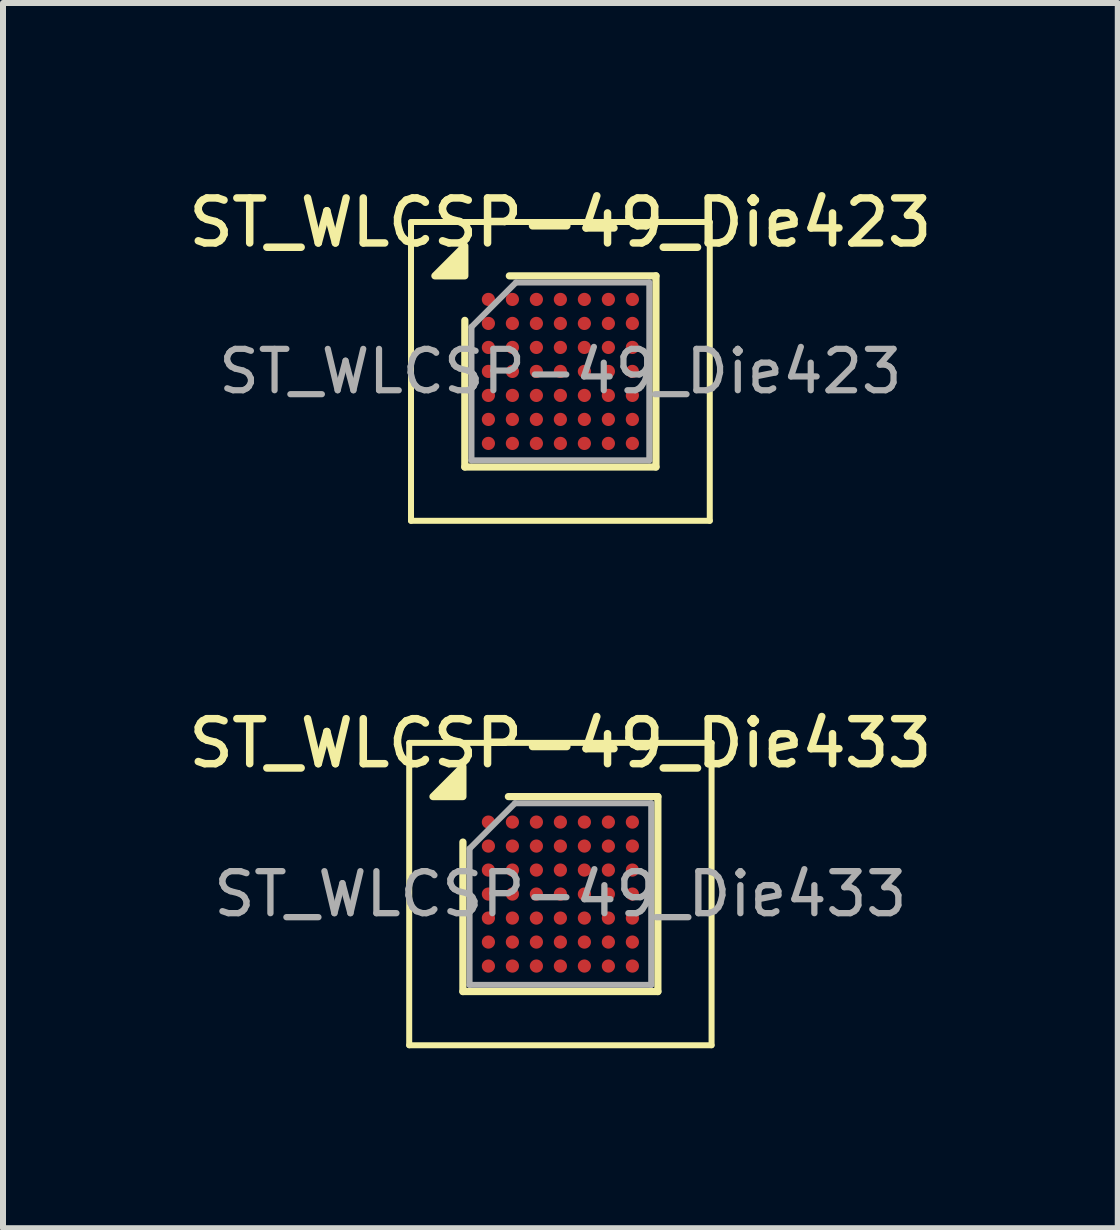
<source format=kicad_pcb>
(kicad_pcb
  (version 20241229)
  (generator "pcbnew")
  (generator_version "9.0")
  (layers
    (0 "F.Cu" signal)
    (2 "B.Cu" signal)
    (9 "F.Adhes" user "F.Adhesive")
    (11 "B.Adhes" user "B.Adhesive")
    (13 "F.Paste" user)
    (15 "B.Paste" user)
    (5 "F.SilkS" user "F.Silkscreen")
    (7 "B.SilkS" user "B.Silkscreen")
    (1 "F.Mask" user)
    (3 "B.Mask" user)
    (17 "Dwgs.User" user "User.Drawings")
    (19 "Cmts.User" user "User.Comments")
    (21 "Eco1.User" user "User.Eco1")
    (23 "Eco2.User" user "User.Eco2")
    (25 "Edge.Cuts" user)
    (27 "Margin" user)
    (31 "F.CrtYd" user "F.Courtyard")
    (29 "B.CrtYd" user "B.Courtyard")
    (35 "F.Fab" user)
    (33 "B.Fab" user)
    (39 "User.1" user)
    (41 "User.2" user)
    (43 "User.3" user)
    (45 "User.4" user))
  (footprint "ST_WLCSP-49_Die423"
    (layer "F.Cu")
    (at 6.291 3.141)
    (property "Reference" "ST_WLCSP-49_Die423" (at 0 -2.482 0) (layer "F.SilkS") (effects (font (size 0.75 0.75) (thickness 0.125))))
    (attr smd)
    (fp_line (start -2.49 -2.49) (end -2.49 2.49) (stroke (width 0.1) (type solid)) (layer "F.SilkS"))
    (fp_line (start -2.49 2.49) (end 2.49 2.49) (stroke (width 0.1) (type solid)) (layer "F.SilkS"))
    (fp_line (start -1.593 1.593) (end -1.593 -0.851) (stroke (width 0.12) (type solid)) (layer "F.SilkS"))
    (fp_line (start -0.851 -1.593) (end 1.593 -1.593) (stroke (width 0.12) (type solid)) (layer "F.SilkS"))
    (fp_line (start 1.593 -1.593) (end 1.593 1.593) (stroke (width 0.12) (type solid)) (layer "F.SilkS"))
    (fp_line (start 1.593 1.593) (end -1.593 1.593) (stroke (width 0.12) (type solid)) (layer "F.SilkS"))
    (fp_line (start 2.49 -2.49) (end -2.49 -2.49) (stroke (width 0.1) (type solid)) (layer "F.SilkS"))
    (fp_line (start 2.49 2.49) (end 2.49 -2.49) (stroke (width 0.1) (type solid)) (layer "F.SilkS"))
    (fp_poly (pts (xy -1.593 -1.593) (xy -2.092 -1.593) (xy -1.593 -2.092) (xy -1.593 -1.593)) (stroke (width 0.12) (type solid)) (fill yes) (layer "F.SilkS"))
    (fp_line (start -1.482 -0.741) (end -0.741 -1.482) (stroke (width 0.1) (type solid)) (layer "F.Fab"))
    (fp_line (start -1.482 1.482) (end -1.482 -0.741) (stroke (width 0.1) (type solid)) (layer "F.Fab"))
    (fp_line (start -0.741 -1.482) (end 1.482 -1.482) (stroke (width 0.1) (type solid)) (layer "F.Fab"))
    (fp_line (start 1.482 -1.482) (end 1.482 1.482) (stroke (width 0.1) (type solid)) (layer "F.Fab"))
    (fp_line (start 1.482 1.482) (end -1.482 1.482) (stroke (width 0.1) (type solid)) (layer "F.Fab"))
    (fp_text user "${REFERENCE}" (at 0 0 0) (layer "F.Fab") (effects (font (size 0.69 0.69) (thickness 0.103))))
    (pad "A1" smd circle (at -1.2 -1.2) (size 0.22 0.22) (property pad_prop_bga) (layers "F.Cu" "F.Mask" "F.Paste"))
    (pad "A2" smd circle (at -0.8 -1.2) (size 0.22 0.22) (property pad_prop_bga) (layers "F.Cu" "F.Mask" "F.Paste"))
    (pad "A3" smd circle (at -0.4 -1.2) (size 0.22 0.22) (property pad_prop_bga) (layers "F.Cu" "F.Mask" "F.Paste"))
    (pad "A4" smd circle (at 0 -1.2) (size 0.22 0.22) (property pad_prop_bga) (layers "F.Cu" "F.Mask" "F.Paste"))
    (pad "A5" smd circle (at 0.4 -1.2) (size 0.22 0.22) (property pad_prop_bga) (layers "F.Cu" "F.Mask" "F.Paste"))
    (pad "A6" smd circle (at 0.8 -1.2) (size 0.22 0.22) (property pad_prop_bga) (layers "F.Cu" "F.Mask" "F.Paste"))
    (pad "A7" smd circle (at 1.2 -1.2) (size 0.22 0.22) (property pad_prop_bga) (layers "F.Cu" "F.Mask" "F.Paste"))
    (pad "B1" smd circle (at -1.2 -0.8) (size 0.22 0.22) (property pad_prop_bga) (layers "F.Cu" "F.Mask" "F.Paste"))
    (pad "B2" smd circle (at -0.8 -0.8) (size 0.22 0.22) (property pad_prop_bga) (layers "F.Cu" "F.Mask" "F.Paste"))
    (pad "B3" smd circle (at -0.4 -0.8) (size 0.22 0.22) (property pad_prop_bga) (layers "F.Cu" "F.Mask" "F.Paste"))
    (pad "B4" smd circle (at 0 -0.8) (size 0.22 0.22) (property pad_prop_bga) (layers "F.Cu" "F.Mask" "F.Paste"))
    (pad "B5" smd circle (at 0.4 -0.8) (size 0.22 0.22) (property pad_prop_bga) (layers "F.Cu" "F.Mask" "F.Paste"))
    (pad "B6" smd circle (at 0.8 -0.8) (size 0.22 0.22) (property pad_prop_bga) (layers "F.Cu" "F.Mask" "F.Paste"))
    (pad "B7" smd circle (at 1.2 -0.8) (size 0.22 0.22) (property pad_prop_bga) (layers "F.Cu" "F.Mask" "F.Paste"))
    (pad "C1" smd circle (at -1.2 -0.4) (size 0.22 0.22) (property pad_prop_bga) (layers "F.Cu" "F.Mask" "F.Paste"))
    (pad "C2" smd circle (at -0.8 -0.4) (size 0.22 0.22) (property pad_prop_bga) (layers "F.Cu" "F.Mask" "F.Paste"))
    (pad "C3" smd circle (at -0.4 -0.4) (size 0.22 0.22) (property pad_prop_bga) (layers "F.Cu" "F.Mask" "F.Paste"))
    (pad "C4" smd circle (at 0 -0.4) (size 0.22 0.22) (property pad_prop_bga) (layers "F.Cu" "F.Mask" "F.Paste"))
    (pad "C5" smd circle (at 0.4 -0.4) (size 0.22 0.22) (property pad_prop_bga) (layers "F.Cu" "F.Mask" "F.Paste"))
    (pad "C6" smd circle (at 0.8 -0.4) (size 0.22 0.22) (property pad_prop_bga) (layers "F.Cu" "F.Mask" "F.Paste"))
    (pad "C7" smd circle (at 1.2 -0.4) (size 0.22 0.22) (property pad_prop_bga) (layers "F.Cu" "F.Mask" "F.Paste"))
    (pad "D1" smd circle (at -1.2 0) (size 0.22 0.22) (property pad_prop_bga) (layers "F.Cu" "F.Mask" "F.Paste"))
    (pad "D2" smd circle (at -0.8 0) (size 0.22 0.22) (property pad_prop_bga) (layers "F.Cu" "F.Mask" "F.Paste"))
    (pad "D3" smd circle (at -0.4 0) (size 0.22 0.22) (property pad_prop_bga) (layers "F.Cu" "F.Mask" "F.Paste"))
    (pad "D4" smd circle (at 0 0) (size 0.22 0.22) (property pad_prop_bga) (layers "F.Cu" "F.Mask" "F.Paste"))
    (pad "D5" smd circle (at 0.4 0) (size 0.22 0.22) (property pad_prop_bga) (layers "F.Cu" "F.Mask" "F.Paste"))
    (pad "D6" smd circle (at 0.8 0) (size 0.22 0.22) (property pad_prop_bga) (layers "F.Cu" "F.Mask" "F.Paste"))
    (pad "D7" smd circle (at 1.2 0) (size 0.22 0.22) (property pad_prop_bga) (layers "F.Cu" "F.Mask" "F.Paste"))
    (pad "E1" smd circle (at -1.2 0.4) (size 0.22 0.22) (property pad_prop_bga) (layers "F.Cu" "F.Mask" "F.Paste"))
    (pad "E2" smd circle (at -0.8 0.4) (size 0.22 0.22) (property pad_prop_bga) (layers "F.Cu" "F.Mask" "F.Paste"))
    (pad "E3" smd circle (at -0.4 0.4) (size 0.22 0.22) (property pad_prop_bga) (layers "F.Cu" "F.Mask" "F.Paste"))
    (pad "E4" smd circle (at 0 0.4) (size 0.22 0.22) (property pad_prop_bga) (layers "F.Cu" "F.Mask" "F.Paste"))
    (pad "E5" smd circle (at 0.4 0.4) (size 0.22 0.22) (property pad_prop_bga) (layers "F.Cu" "F.Mask" "F.Paste"))
    (pad "E6" smd circle (at 0.8 0.4) (size 0.22 0.22) (property pad_prop_bga) (layers "F.Cu" "F.Mask" "F.Paste"))
    (pad "E7" smd circle (at 1.2 0.4) (size 0.22 0.22) (property pad_prop_bga) (layers "F.Cu" "F.Mask" "F.Paste"))
    (pad "F1" smd circle (at -1.2 0.8) (size 0.22 0.22) (property pad_prop_bga) (layers "F.Cu" "F.Mask" "F.Paste"))
    (pad "F2" smd circle (at -0.8 0.8) (size 0.22 0.22) (property pad_prop_bga) (layers "F.Cu" "F.Mask" "F.Paste"))
    (pad "F3" smd circle (at -0.4 0.8) (size 0.22 0.22) (property pad_prop_bga) (layers "F.Cu" "F.Mask" "F.Paste"))
    (pad "F4" smd circle (at 0 0.8) (size 0.22 0.22) (property pad_prop_bga) (layers "F.Cu" "F.Mask" "F.Paste"))
    (pad "F5" smd circle (at 0.4 0.8) (size 0.22 0.22) (property pad_prop_bga) (layers "F.Cu" "F.Mask" "F.Paste"))
    (pad "F6" smd circle (at 0.8 0.8) (size 0.22 0.22) (property pad_prop_bga) (layers "F.Cu" "F.Mask" "F.Paste"))
    (pad "F7" smd circle (at 1.2 0.8) (size 0.22 0.22) (property pad_prop_bga) (layers "F.Cu" "F.Mask" "F.Paste"))
    (pad "G1" smd circle (at -1.2 1.2) (size 0.22 0.22) (property pad_prop_bga) (layers "F.Cu" "F.Mask" "F.Paste"))
    (pad "G2" smd circle (at -0.8 1.2) (size 0.22 0.22) (property pad_prop_bga) (layers "F.Cu" "F.Mask" "F.Paste"))
    (pad "G3" smd circle (at -0.4 1.2) (size 0.22 0.22) (property pad_prop_bga) (layers "F.Cu" "F.Mask" "F.Paste"))
    (pad "G4" smd circle (at 0 1.2) (size 0.22 0.22) (property pad_prop_bga) (layers "F.Cu" "F.Mask" "F.Paste"))
    (pad "G5" smd circle (at 0.4 1.2) (size 0.22 0.22) (property pad_prop_bga) (layers "F.Cu" "F.Mask" "F.Paste"))
    (pad "G6" smd circle (at 0.8 1.2) (size 0.22 0.22) (property pad_prop_bga) (layers "F.Cu" "F.Mask" "F.Paste"))
    (pad "G7" smd circle (at 1.2 1.2) (size 0.22 0.22) (property pad_prop_bga) (layers "F.Cu" "F.Mask" "F.Paste")))
  (footprint "ST_WLCSP-49_Die433"
    (layer "F.Cu")
    (at 6.291 11.853)
    (property "Reference" "ST_WLCSP-49_Die433" (at 0 -2.514 0) (layer "F.SilkS") (effects (font (size 0.75 0.75) (thickness 0.125))))
    (attr smd)
    (fp_line (start -2.52 -2.52) (end -2.52 2.52) (stroke (width 0.1) (type solid)) (layer "F.SilkS"))
    (fp_line (start -2.52 2.52) (end 2.52 2.52) (stroke (width 0.1) (type solid)) (layer "F.SilkS"))
    (fp_line (start -1.625 1.625) (end -1.625 -0.867) (stroke (width 0.12) (type solid)) (layer "F.SilkS"))
    (fp_line (start -0.867 -1.625) (end 1.625 -1.625) (stroke (width 0.12) (type solid)) (layer "F.SilkS"))
    (fp_line (start 1.625 -1.625) (end 1.625 1.625) (stroke (width 0.12) (type solid)) (layer "F.SilkS"))
    (fp_line (start 1.625 1.625) (end -1.625 1.625) (stroke (width 0.12) (type solid)) (layer "F.SilkS"))
    (fp_line (start 2.52 -2.52) (end -2.52 -2.52) (stroke (width 0.1) (type solid)) (layer "F.SilkS"))
    (fp_line (start 2.52 2.52) (end 2.52 -2.52) (stroke (width 0.1) (type solid)) (layer "F.SilkS"))
    (fp_poly (pts (xy -1.625 -1.625) (xy -2.124 -1.625) (xy -1.625 -2.124) (xy -1.625 -1.625)) (stroke (width 0.12) (type solid)) (fill yes) (layer "F.SilkS"))
    (fp_line (start -1.514 -0.757) (end -0.757 -1.514) (stroke (width 0.1) (type solid)) (layer "F.Fab"))
    (fp_line (start -1.514 1.514) (end -1.514 -0.757) (stroke (width 0.1) (type solid)) (layer "F.Fab"))
    (fp_line (start -0.757 -1.514) (end 1.514 -1.514) (stroke (width 0.1) (type solid)) (layer "F.Fab"))
    (fp_line (start 1.514 -1.514) (end 1.514 1.514) (stroke (width 0.1) (type solid)) (layer "F.Fab"))
    (fp_line (start 1.514 1.514) (end -1.514 1.514) (stroke (width 0.1) (type solid)) (layer "F.Fab"))
    (fp_text user "${REFERENCE}" (at 0 0 0) (layer "F.Fab") (effects (font (size 0.7 0.7) (thickness 0.105))))
    (pad "A1" smd circle (at -1.2 -1.2) (size 0.22 0.22) (property pad_prop_bga) (layers "F.Cu" "F.Mask" "F.Paste"))
    (pad "A2" smd circle (at -0.8 -1.2) (size 0.22 0.22) (property pad_prop_bga) (layers "F.Cu" "F.Mask" "F.Paste"))
    (pad "A3" smd circle (at -0.4 -1.2) (size 0.22 0.22) (property pad_prop_bga) (layers "F.Cu" "F.Mask" "F.Paste"))
    (pad "A4" smd circle (at 0 -1.2) (size 0.22 0.22) (property pad_prop_bga) (layers "F.Cu" "F.Mask" "F.Paste"))
    (pad "A5" smd circle (at 0.4 -1.2) (size 0.22 0.22) (property pad_prop_bga) (layers "F.Cu" "F.Mask" "F.Paste"))
    (pad "A6" smd circle (at 0.8 -1.2) (size 0.22 0.22) (property pad_prop_bga) (layers "F.Cu" "F.Mask" "F.Paste"))
    (pad "A7" smd circle (at 1.2 -1.2) (size 0.22 0.22) (property pad_prop_bga) (layers "F.Cu" "F.Mask" "F.Paste"))
    (pad "B1" smd circle (at -1.2 -0.8) (size 0.22 0.22) (property pad_prop_bga) (layers "F.Cu" "F.Mask" "F.Paste"))
    (pad "B2" smd circle (at -0.8 -0.8) (size 0.22 0.22) (property pad_prop_bga) (layers "F.Cu" "F.Mask" "F.Paste"))
    (pad "B3" smd circle (at -0.4 -0.8) (size 0.22 0.22) (property pad_prop_bga) (layers "F.Cu" "F.Mask" "F.Paste"))
    (pad "B4" smd circle (at 0 -0.8) (size 0.22 0.22) (property pad_prop_bga) (layers "F.Cu" "F.Mask" "F.Paste"))
    (pad "B5" smd circle (at 0.4 -0.8) (size 0.22 0.22) (property pad_prop_bga) (layers "F.Cu" "F.Mask" "F.Paste"))
    (pad "B6" smd circle (at 0.8 -0.8) (size 0.22 0.22) (property pad_prop_bga) (layers "F.Cu" "F.Mask" "F.Paste"))
    (pad "B7" smd circle (at 1.2 -0.8) (size 0.22 0.22) (property pad_prop_bga) (layers "F.Cu" "F.Mask" "F.Paste"))
    (pad "C1" smd circle (at -1.2 -0.4) (size 0.22 0.22) (property pad_prop_bga) (layers "F.Cu" "F.Mask" "F.Paste"))
    (pad "C2" smd circle (at -0.8 -0.4) (size 0.22 0.22) (property pad_prop_bga) (layers "F.Cu" "F.Mask" "F.Paste"))
    (pad "C3" smd circle (at -0.4 -0.4) (size 0.22 0.22) (property pad_prop_bga) (layers "F.Cu" "F.Mask" "F.Paste"))
    (pad "C4" smd circle (at 0 -0.4) (size 0.22 0.22) (property pad_prop_bga) (layers "F.Cu" "F.Mask" "F.Paste"))
    (pad "C5" smd circle (at 0.4 -0.4) (size 0.22 0.22) (property pad_prop_bga) (layers "F.Cu" "F.Mask" "F.Paste"))
    (pad "C6" smd circle (at 0.8 -0.4) (size 0.22 0.22) (property pad_prop_bga) (layers "F.Cu" "F.Mask" "F.Paste"))
    (pad "C7" smd circle (at 1.2 -0.4) (size 0.22 0.22) (property pad_prop_bga) (layers "F.Cu" "F.Mask" "F.Paste"))
    (pad "D1" smd circle (at -1.2 0) (size 0.22 0.22) (property pad_prop_bga) (layers "F.Cu" "F.Mask" "F.Paste"))
    (pad "D2" smd circle (at -0.8 0) (size 0.22 0.22) (property pad_prop_bga) (layers "F.Cu" "F.Mask" "F.Paste"))
    (pad "D3" smd circle (at -0.4 0) (size 0.22 0.22) (property pad_prop_bga) (layers "F.Cu" "F.Mask" "F.Paste"))
    (pad "D4" smd circle (at 0 0) (size 0.22 0.22) (property pad_prop_bga) (layers "F.Cu" "F.Mask" "F.Paste"))
    (pad "D5" smd circle (at 0.4 0) (size 0.22 0.22) (property pad_prop_bga) (layers "F.Cu" "F.Mask" "F.Paste"))
    (pad "D6" smd circle (at 0.8 0) (size 0.22 0.22) (property pad_prop_bga) (layers "F.Cu" "F.Mask" "F.Paste"))
    (pad "D7" smd circle (at 1.2 0) (size 0.22 0.22) (property pad_prop_bga) (layers "F.Cu" "F.Mask" "F.Paste"))
    (pad "E1" smd circle (at -1.2 0.4) (size 0.22 0.22) (property pad_prop_bga) (layers "F.Cu" "F.Mask" "F.Paste"))
    (pad "E2" smd circle (at -0.8 0.4) (size 0.22 0.22) (property pad_prop_bga) (layers "F.Cu" "F.Mask" "F.Paste"))
    (pad "E3" smd circle (at -0.4 0.4) (size 0.22 0.22) (property pad_prop_bga) (layers "F.Cu" "F.Mask" "F.Paste"))
    (pad "E4" smd circle (at 0 0.4) (size 0.22 0.22) (property pad_prop_bga) (layers "F.Cu" "F.Mask" "F.Paste"))
    (pad "E5" smd circle (at 0.4 0.4) (size 0.22 0.22) (property pad_prop_bga) (layers "F.Cu" "F.Mask" "F.Paste"))
    (pad "E6" smd circle (at 0.8 0.4) (size 0.22 0.22) (property pad_prop_bga) (layers "F.Cu" "F.Mask" "F.Paste"))
    (pad "E7" smd circle (at 1.2 0.4) (size 0.22 0.22) (property pad_prop_bga) (layers "F.Cu" "F.Mask" "F.Paste"))
    (pad "F1" smd circle (at -1.2 0.8) (size 0.22 0.22) (property pad_prop_bga) (layers "F.Cu" "F.Mask" "F.Paste"))
    (pad "F2" smd circle (at -0.8 0.8) (size 0.22 0.22) (property pad_prop_bga) (layers "F.Cu" "F.Mask" "F.Paste"))
    (pad "F3" smd circle (at -0.4 0.8) (size 0.22 0.22) (property pad_prop_bga) (layers "F.Cu" "F.Mask" "F.Paste"))
    (pad "F4" smd circle (at 0 0.8) (size 0.22 0.22) (property pad_prop_bga) (layers "F.Cu" "F.Mask" "F.Paste"))
    (pad "F5" smd circle (at 0.4 0.8) (size 0.22 0.22) (property pad_prop_bga) (layers "F.Cu" "F.Mask" "F.Paste"))
    (pad "F6" smd circle (at 0.8 0.8) (size 0.22 0.22) (property pad_prop_bga) (layers "F.Cu" "F.Mask" "F.Paste"))
    (pad "F7" smd circle (at 1.2 0.8) (size 0.22 0.22) (property pad_prop_bga) (layers "F.Cu" "F.Mask" "F.Paste"))
    (pad "G1" smd circle (at -1.2 1.2) (size 0.22 0.22) (property pad_prop_bga) (layers "F.Cu" "F.Mask" "F.Paste"))
    (pad "G2" smd circle (at -0.8 1.2) (size 0.22 0.22) (property pad_prop_bga) (layers "F.Cu" "F.Mask" "F.Paste"))
    (pad "G3" smd circle (at -0.4 1.2) (size 0.22 0.22) (property pad_prop_bga) (layers "F.Cu" "F.Mask" "F.Paste"))
    (pad "G4" smd circle (at 0 1.2) (size 0.22 0.22) (property pad_prop_bga) (layers "F.Cu" "F.Mask" "F.Paste"))
    (pad "G5" smd circle (at 0.4 1.2) (size 0.22 0.22) (property pad_prop_bga) (layers "F.Cu" "F.Mask" "F.Paste"))
    (pad "G6" smd circle (at 0.8 1.2) (size 0.22 0.22) (property pad_prop_bga) (layers "F.Cu" "F.Mask" "F.Paste"))
    (pad "G7" smd circle (at 1.2 1.2) (size 0.22 0.22) (property pad_prop_bga) (layers "F.Cu" "F.Mask" "F.Paste")))
  (gr_rect
    (start -3 -3)
    (end 15.582 17.423)
    (stroke (width 0.1) (type default))
    (fill no)
    (layer "Edge.Cuts")))
</source>
